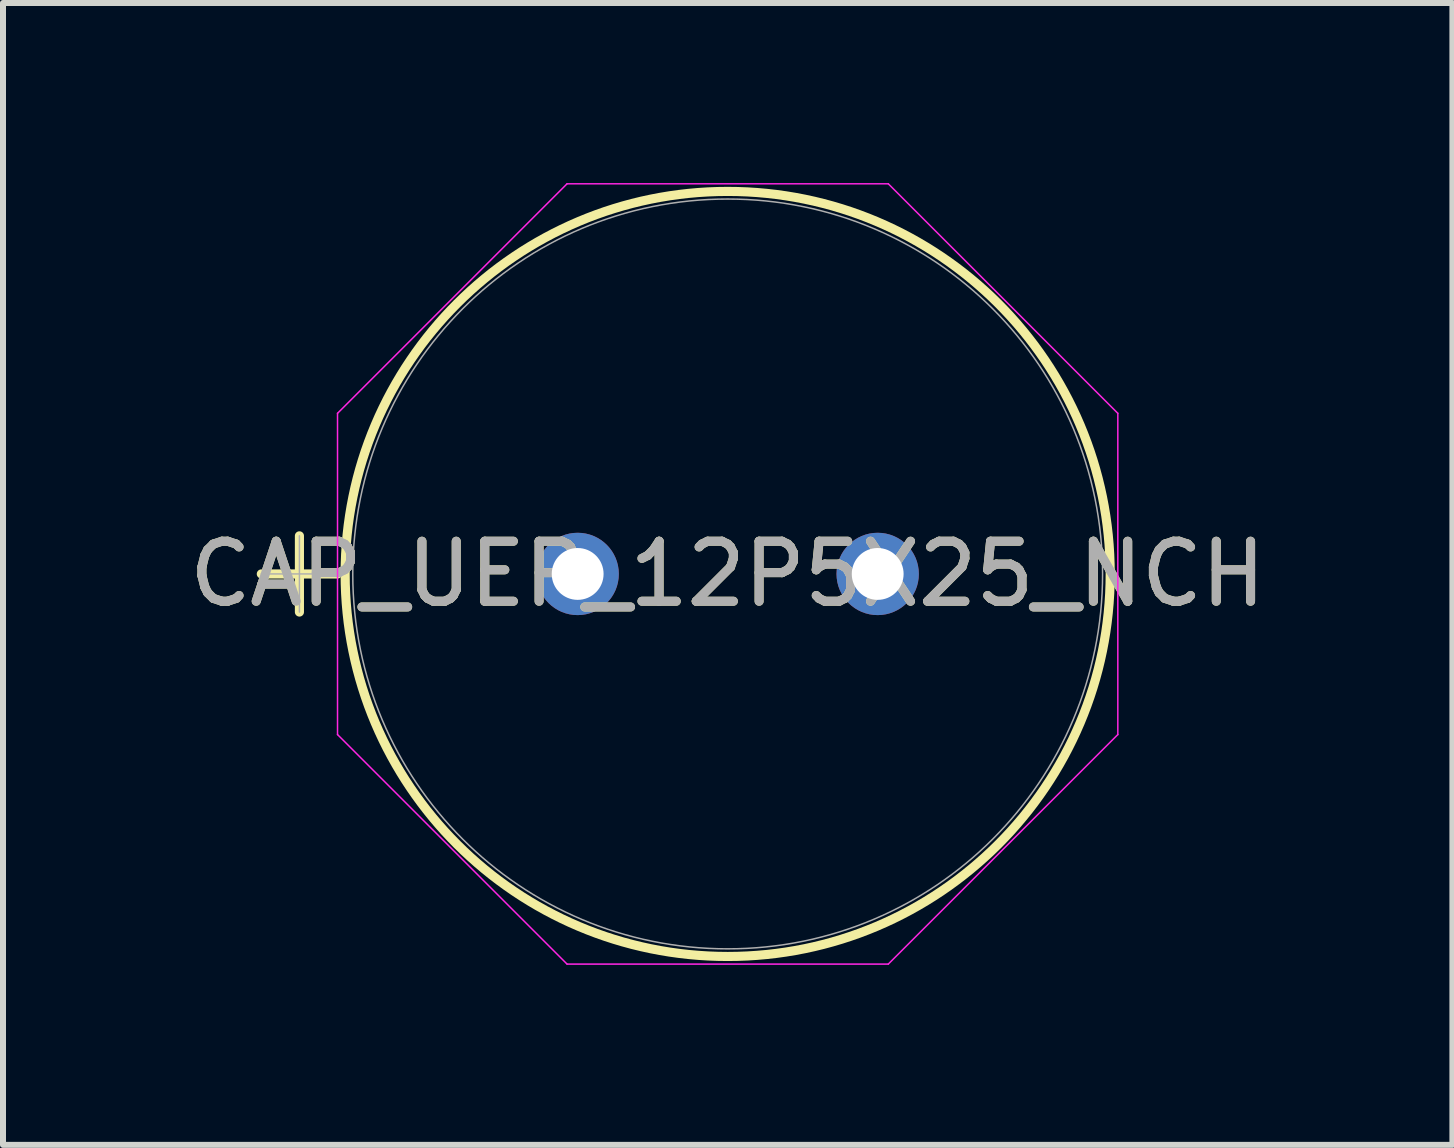
<source format=kicad_pcb>
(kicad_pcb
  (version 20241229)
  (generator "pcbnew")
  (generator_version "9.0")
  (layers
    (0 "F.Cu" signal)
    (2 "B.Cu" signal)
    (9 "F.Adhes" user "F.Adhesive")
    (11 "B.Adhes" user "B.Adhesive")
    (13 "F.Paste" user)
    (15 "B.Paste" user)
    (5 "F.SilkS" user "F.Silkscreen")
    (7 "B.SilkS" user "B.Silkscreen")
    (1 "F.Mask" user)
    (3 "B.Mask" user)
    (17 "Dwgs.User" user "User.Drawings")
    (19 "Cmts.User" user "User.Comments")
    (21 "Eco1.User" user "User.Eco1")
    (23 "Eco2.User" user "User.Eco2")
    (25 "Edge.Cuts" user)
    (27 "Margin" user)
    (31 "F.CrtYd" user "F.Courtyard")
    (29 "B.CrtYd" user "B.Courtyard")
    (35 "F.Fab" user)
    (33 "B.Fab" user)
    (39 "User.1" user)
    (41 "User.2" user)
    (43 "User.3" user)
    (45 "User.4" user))
  (footprint "CAP_UEP_12P5X25_NCH"
    (layer "F.Cu")
    (at 6.577 6.515)
    (property "Reference" "CAP_UEP_12P5X25_NCH" (at 2.5 0 0) (unlocked yes) (layer "F.SilkS") (effects (font (size 1 1) (thickness 0.15))))
    (attr through_hole)
    (fp_line (start -5.272 0) (end -4.002 0) (stroke (width 0.152) (type solid)) (layer "F.SilkS"))
    (fp_line (start -4.637 -0.635) (end -4.637 0.635) (stroke (width 0.152) (type solid)) (layer "F.SilkS"))
    (fp_circle (center 2.5 0) (end 8.875 0) (stroke (width 0.152) (type solid)) (fill no) (layer "F.SilkS"))
    (fp_line (start -4.002 -2.677) (end -0.177 -6.502) (stroke (width 0.025) (type solid)) (layer "F.CrtYd"))
    (fp_line (start -4.002 2.677) (end -4.002 -2.677) (stroke (width 0.025) (type solid)) (layer "F.CrtYd"))
    (fp_line (start -0.177 -6.502) (end 5.177 -6.502) (stroke (width 0.025) (type solid)) (layer "F.CrtYd"))
    (fp_line (start -0.177 6.502) (end -4.002 2.677) (stroke (width 0.025) (type solid)) (layer "F.CrtYd"))
    (fp_line (start 5.177 -6.502) (end 9.002 -2.677) (stroke (width 0.025) (type solid)) (layer "F.CrtYd"))
    (fp_line (start 5.177 6.502) (end -0.177 6.502) (stroke (width 0.025) (type solid)) (layer "F.CrtYd"))
    (fp_line (start 9.002 -2.677) (end 9.002 2.677) (stroke (width 0.025) (type solid)) (layer "F.CrtYd"))
    (fp_line (start 9.002 2.677) (end 5.177 6.502) (stroke (width 0.025) (type solid)) (layer "F.CrtYd"))
    (fp_line (start -5.272 0) (end -4.002 0) (stroke (width 0.025) (type solid)) (layer "F.Fab"))
    (fp_line (start -4.637 -0.635) (end -4.637 0.635) (stroke (width 0.025) (type solid)) (layer "F.Fab"))
    (fp_circle (center 2.5 0) (end 8.748 0) (stroke (width 0.025) (type solid)) (fill no) (layer "F.Fab"))
    (fp_text user "${REFERENCE}" (at 2.5 0 0) (unlocked yes) (layer "F.Fab") (effects (font (size 1 1) (thickness 0.15))))
    (pad "1" thru_hole circle (at 0 0) (size 1.372 1.372) (drill 0.864) (layers "*.Cu" "*.Mask"))
    (pad "2" thru_hole circle (at 5 0) (size 1.372 1.372) (drill 0.864) (layers "*.Cu" "*.Mask")))
  (gr_rect
    (start -3 -3)
    (end 21.155 16.03)
    (stroke (width 0.1) (type default))
    (fill no)
    (layer "Edge.Cuts")))
</source>
